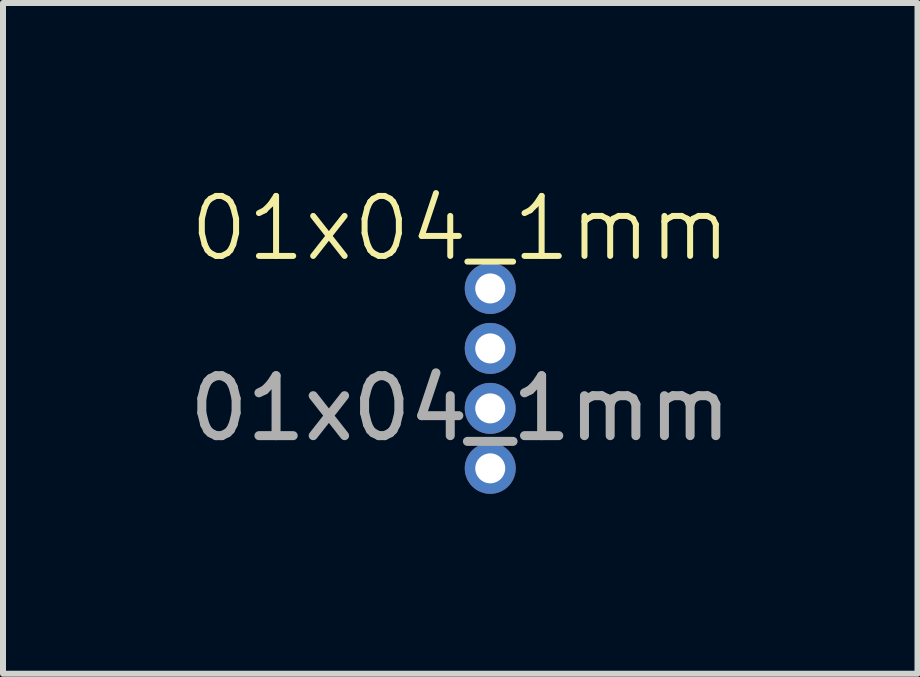
<source format=kicad_pcb>
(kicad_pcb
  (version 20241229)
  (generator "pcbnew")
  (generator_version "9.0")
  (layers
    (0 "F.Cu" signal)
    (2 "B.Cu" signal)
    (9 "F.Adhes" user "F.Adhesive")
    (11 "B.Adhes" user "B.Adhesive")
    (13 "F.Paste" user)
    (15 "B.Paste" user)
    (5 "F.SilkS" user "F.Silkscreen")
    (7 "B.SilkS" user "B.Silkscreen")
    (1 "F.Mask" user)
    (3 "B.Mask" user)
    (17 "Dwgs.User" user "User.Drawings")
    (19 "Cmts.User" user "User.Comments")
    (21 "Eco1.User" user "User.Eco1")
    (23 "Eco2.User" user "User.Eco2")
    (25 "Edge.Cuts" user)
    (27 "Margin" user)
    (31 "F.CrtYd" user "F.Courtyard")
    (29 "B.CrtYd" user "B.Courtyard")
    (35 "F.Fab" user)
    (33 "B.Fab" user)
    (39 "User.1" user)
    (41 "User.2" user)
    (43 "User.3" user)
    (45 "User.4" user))
  (footprint "01x04_1mm"
    (layer "F.Cu")
    (at 4.625 1.26)
    (property "Reference" "01x04_1mm" (at 0 -0.5 0) (unlocked yes) (layer "F.SilkS") (effects (font (size 1 1) (thickness 0.1))))
    (attr smd)
    (fp_text user "${REFERENCE}" (at 0 2.5 0) (unlocked yes) (layer "F.Fab") (effects (font (size 1 1) (thickness 0.15))))
    (pad "1" thru_hole circle (at 0.5 0.5) (size 0.85 0.85) (drill 0.5) (layers "*.Cu" "*.Mask"))
    (pad "2" thru_hole circle (at 0.5 1.5) (size 0.85 0.85) (drill 0.5) (layers "*.Cu" "*.Mask"))
    (pad "3" thru_hole circle (at 0.5 2.5) (size 0.85 0.85) (drill 0.5) (layers "*.Cu" "*.Mask"))
    (pad "4" thru_hole circle (at 0.5 3.5) (size 0.85 0.85) (drill 0.5) (layers "*.Cu" "*.Mask")))
  (gr_rect
    (start -3 -3)
    (end 12.25 8.185)
    (stroke (width 0.1) (type default))
    (fill no)
    (layer "Edge.Cuts")))
</source>
